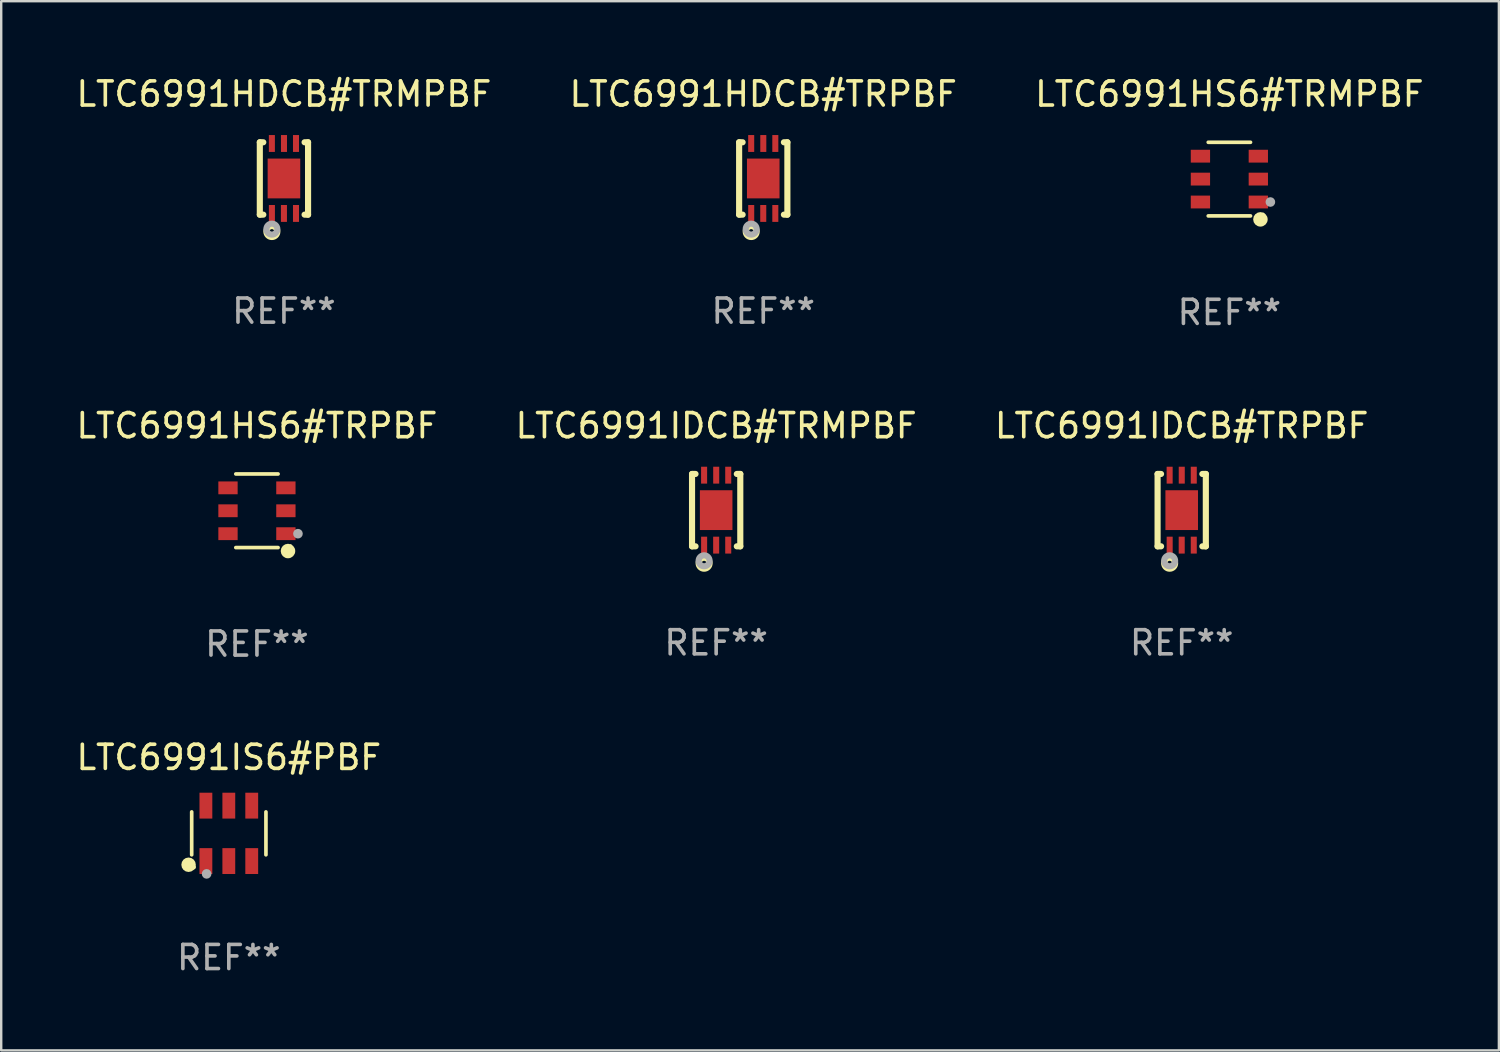
<source format=kicad_pcb>
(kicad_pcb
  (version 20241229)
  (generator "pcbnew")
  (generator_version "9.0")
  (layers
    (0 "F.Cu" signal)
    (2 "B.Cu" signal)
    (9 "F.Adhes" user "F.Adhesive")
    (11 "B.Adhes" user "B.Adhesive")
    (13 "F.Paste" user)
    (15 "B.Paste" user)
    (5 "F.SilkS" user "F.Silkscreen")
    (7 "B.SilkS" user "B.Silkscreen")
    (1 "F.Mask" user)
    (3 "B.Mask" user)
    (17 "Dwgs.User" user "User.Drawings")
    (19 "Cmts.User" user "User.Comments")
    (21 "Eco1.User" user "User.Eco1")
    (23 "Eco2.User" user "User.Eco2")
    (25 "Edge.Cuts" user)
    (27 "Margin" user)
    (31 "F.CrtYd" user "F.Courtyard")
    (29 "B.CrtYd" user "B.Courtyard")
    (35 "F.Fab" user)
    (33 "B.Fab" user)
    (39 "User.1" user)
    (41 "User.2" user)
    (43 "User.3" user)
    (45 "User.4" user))
  (footprint "LTC6991IDCB#TRMPBF"
    (layer "F.Cu")
    (at 26.637 18.097)
    (property "Reference" "LTC6991IDCB#TRMPBF" (at 0 -3.5 0) (layer "F.SilkS") (effects (font (size 1 1) (thickness 0.15))))
    (attr through_hole)
    (fp_line (start -1 1.5) (end -1 -1.5) (stroke (width 0.254) (type solid)) (layer "F.SilkS"))
    (fp_line (start -0.856 -1.5) (end -1 -1.5) (stroke (width 0.254) (type solid)) (layer "F.SilkS"))
    (fp_line (start -0.855 1.5) (end -1 1.5) (stroke (width 0.254) (type solid)) (layer "F.SilkS"))
    (fp_line (start 1 -1.5) (end 0.856 -1.5) (stroke (width 0.254) (type solid)) (layer "F.SilkS"))
    (fp_line (start 1 1.5) (end 0.856 1.5) (stroke (width 0.254) (type solid)) (layer "F.SilkS"))
    (fp_line (start 1 1.5) (end 1 -1.5) (stroke (width 0.254) (type solid)) (layer "F.SilkS"))
    (fp_circle (center -1 1.5) (end -0.97 1.5) (stroke (width 0.06) (type solid)) (fill no) (layer "F.SilkS"))
    (fp_circle (center -0.5 2.2) (end -0.4 2.2) (stroke (width 0.254) (type solid)) (fill no) (layer "F.SilkS"))
    (fp_circle (center -0.5 2.1) (end -0.4 2.1) (stroke (width 0.254) (type solid)) (fill no) (layer "F.Fab"))
    (fp_text user "REF**" (at 0 5.5 0) (layer "F.Fab") (effects (font (size 1 1) (thickness 0.15))))
    (pad "1" smd rect (at -0.499 1.45 180) (size 0.25 0.7) (layers "F.Cu" "F.Mask" "F.Paste"))
    (pad "2" smd rect (at 0.000025 1.45 180) (size 0.25 0.7) (layers "F.Cu" "F.Mask" "F.Paste"))
    (pad "3" smd rect (at 0.5 1.45 180) (size 0.25 0.7) (layers "F.Cu" "F.Mask" "F.Paste"))
    (pad "4" smd rect (at 0.5 -1.45 180) (size 0.25 0.7) (layers "F.Cu" "F.Mask" "F.Paste"))
    (pad "5" smd rect (at 0.002 -1.45 180) (size 0.25 0.7) (layers "F.Cu" "F.Mask" "F.Paste"))
    (pad "6" smd rect (at -0.5 -1.45 180) (size 0.25 0.7) (layers "F.Cu" "F.Mask" "F.Paste"))
    (pad "7" smd rect (at 0.000025 0.000038 180) (size 1.35 1.65) (layers "F.Cu" "F.Mask" "F.Paste")))
  (footprint "LTC6991HDCB#TRMPBF"
    (layer "F.Cu")
    (at 8.72 4.348)
    (property "Reference" "LTC6991HDCB#TRMPBF" (at 0 -3.5 0) (layer "F.SilkS") (effects (font (size 1 1) (thickness 0.15))))
    (attr through_hole)
    (fp_line (start -1 1.5) (end -1 -1.5) (stroke (width 0.254) (type solid)) (layer "F.SilkS"))
    (fp_line (start -0.856 -1.5) (end -1 -1.5) (stroke (width 0.254) (type solid)) (layer "F.SilkS"))
    (fp_line (start -0.855 1.5) (end -1 1.5) (stroke (width 0.254) (type solid)) (layer "F.SilkS"))
    (fp_line (start 1 -1.5) (end 0.856 -1.5) (stroke (width 0.254) (type solid)) (layer "F.SilkS"))
    (fp_line (start 1 1.5) (end 0.856 1.5) (stroke (width 0.254) (type solid)) (layer "F.SilkS"))
    (fp_line (start 1 1.5) (end 1 -1.5) (stroke (width 0.254) (type solid)) (layer "F.SilkS"))
    (fp_circle (center -1 1.5) (end -0.97 1.5) (stroke (width 0.06) (type solid)) (fill no) (layer "F.SilkS"))
    (fp_circle (center -0.5 2.2) (end -0.4 2.2) (stroke (width 0.254) (type solid)) (fill no) (layer "F.SilkS"))
    (fp_circle (center -0.5 2.1) (end -0.4 2.1) (stroke (width 0.254) (type solid)) (fill no) (layer "F.Fab"))
    (fp_text user "REF**" (at 0 5.5 0) (layer "F.Fab") (effects (font (size 1 1) (thickness 0.15))))
    (pad "1" smd rect (at -0.499 1.45 180) (size 0.25 0.7) (layers "F.Cu" "F.Mask" "F.Paste"))
    (pad "2" smd rect (at 0.000025 1.45 180) (size 0.25 0.7) (layers "F.Cu" "F.Mask" "F.Paste"))
    (pad "3" smd rect (at 0.5 1.45 180) (size 0.25 0.7) (layers "F.Cu" "F.Mask" "F.Paste"))
    (pad "4" smd rect (at 0.5 -1.45 180) (size 0.25 0.7) (layers "F.Cu" "F.Mask" "F.Paste"))
    (pad "5" smd rect (at 0.002 -1.45 180) (size 0.25 0.7) (layers "F.Cu" "F.Mask" "F.Paste"))
    (pad "6" smd rect (at -0.5 -1.45 180) (size 0.25 0.7) (layers "F.Cu" "F.Mask" "F.Paste"))
    (pad "7" smd rect (at 0.000025 0.000038 180) (size 1.35 1.65) (layers "F.Cu" "F.Mask" "F.Paste")))
  (footprint "LTC6991HS6#TRMPBF"
    (layer "F.Cu")
    (at 47.911 4.374)
    (property "Reference" "LTC6991HS6#TRMPBF" (at 0 -3.526 0) (layer "F.SilkS") (effects (font (size 1 1) (thickness 0.15))))
    (attr through_hole)
    (fp_line (start 0.876 -1.526) (end -0.876 -1.526) (stroke (width 0.152) (type solid)) (layer "F.SilkS"))
    (fp_line (start 0.876 1.526) (end -0.876 1.526) (stroke (width 0.152) (type solid)) (layer "F.SilkS"))
    (fp_circle (center 1.287 1.669) (end 1.438 1.669) (stroke (width 0.3) (type solid)) (fill no) (layer "F.SilkS"))
    (fp_circle (center 1.4 1.45) (end 1.43 1.45) (stroke (width 0.06) (type solid)) (fill no) (layer "F.SilkS"))
    (fp_circle (center 1.7 0.95) (end 1.8 0.95) (stroke (width 0.2) (type solid)) (fill no) (layer "F.Fab"))
    (fp_text user "REF**" (at 0 5.526 0) (layer "F.Fab") (effects (font (size 1 1) (thickness 0.15))))
    (pad "1" smd rect (at 1.2 0.95) (size 0.8 0.532) (layers "F.Cu" "F.Mask" "F.Paste"))
    (pad "2" smd rect (at 1.2 0) (size 0.8 0.532) (layers "F.Cu" "F.Mask" "F.Paste"))
    (pad "3" smd rect (at 1.2 -0.95) (size 0.8 0.532) (layers "F.Cu" "F.Mask" "F.Paste"))
    (pad "4" smd rect (at -1.2 -0.95) (size 0.8 0.532) (layers "F.Cu" "F.Mask" "F.Paste"))
    (pad "5" smd rect (at -1.2 0) (size 0.8 0.532) (layers "F.Cu" "F.Mask" "F.Paste"))
    (pad "6" smd rect (at -1.2 0.95) (size 0.8 0.532) (layers "F.Cu" "F.Mask" "F.Paste")))
  (footprint "LTC6991IDCB#TRPBF"
    (layer "F.Cu")
    (at 45.935 18.097)
    (property "Reference" "LTC6991IDCB#TRPBF" (at 0 -3.5 0) (layer "F.SilkS") (effects (font (size 1 1) (thickness 0.15))))
    (attr through_hole)
    (fp_line (start -1 1.5) (end -1 -1.5) (stroke (width 0.254) (type solid)) (layer "F.SilkS"))
    (fp_line (start -0.856 -1.5) (end -1 -1.5) (stroke (width 0.254) (type solid)) (layer "F.SilkS"))
    (fp_line (start -0.855 1.5) (end -1 1.5) (stroke (width 0.254) (type solid)) (layer "F.SilkS"))
    (fp_line (start 1 -1.5) (end 0.856 -1.5) (stroke (width 0.254) (type solid)) (layer "F.SilkS"))
    (fp_line (start 1 1.5) (end 0.856 1.5) (stroke (width 0.254) (type solid)) (layer "F.SilkS"))
    (fp_line (start 1 1.5) (end 1 -1.5) (stroke (width 0.254) (type solid)) (layer "F.SilkS"))
    (fp_circle (center -1 1.5) (end -0.97 1.5) (stroke (width 0.06) (type solid)) (fill no) (layer "F.SilkS"))
    (fp_circle (center -0.5 2.2) (end -0.4 2.2) (stroke (width 0.254) (type solid)) (fill no) (layer "F.SilkS"))
    (fp_circle (center -0.5 2.1) (end -0.4 2.1) (stroke (width 0.254) (type solid)) (fill no) (layer "F.Fab"))
    (fp_text user "REF**" (at 0 5.5 0) (layer "F.Fab") (effects (font (size 1 1) (thickness 0.15))))
    (pad "1" smd rect (at -0.499 1.45 180) (size 0.25 0.7) (layers "F.Cu" "F.Mask" "F.Paste"))
    (pad "2" smd rect (at 0.000025 1.45 180) (size 0.25 0.7) (layers "F.Cu" "F.Mask" "F.Paste"))
    (pad "3" smd rect (at 0.5 1.45 180) (size 0.25 0.7) (layers "F.Cu" "F.Mask" "F.Paste"))
    (pad "4" smd rect (at 0.5 -1.45 180) (size 0.25 0.7) (layers "F.Cu" "F.Mask" "F.Paste"))
    (pad "5" smd rect (at 0.002 -1.45 180) (size 0.25 0.7) (layers "F.Cu" "F.Mask" "F.Paste"))
    (pad "6" smd rect (at -0.5 -1.45 180) (size 0.25 0.7) (layers "F.Cu" "F.Mask" "F.Paste"))
    (pad "7" smd rect (at 0.000025 0.000038 180) (size 1.35 1.65) (layers "F.Cu" "F.Mask" "F.Paste")))
  (footprint "LTC6991HDCB#TRPBF"
    (layer "F.Cu")
    (at 28.589 4.348)
    (property "Reference" "LTC6991HDCB#TRPBF" (at 0 -3.5 0) (layer "F.SilkS") (effects (font (size 1 1) (thickness 0.15))))
    (attr through_hole)
    (fp_line (start -1 1.5) (end -1 -1.5) (stroke (width 0.254) (type solid)) (layer "F.SilkS"))
    (fp_line (start -0.856 -1.5) (end -1 -1.5) (stroke (width 0.254) (type solid)) (layer "F.SilkS"))
    (fp_line (start -0.855 1.5) (end -1 1.5) (stroke (width 0.254) (type solid)) (layer "F.SilkS"))
    (fp_line (start 1 -1.5) (end 0.856 -1.5) (stroke (width 0.254) (type solid)) (layer "F.SilkS"))
    (fp_line (start 1 1.5) (end 0.856 1.5) (stroke (width 0.254) (type solid)) (layer "F.SilkS"))
    (fp_line (start 1 1.5) (end 1 -1.5) (stroke (width 0.254) (type solid)) (layer "F.SilkS"))
    (fp_circle (center -1 1.5) (end -0.97 1.5) (stroke (width 0.06) (type solid)) (fill no) (layer "F.SilkS"))
    (fp_circle (center -0.5 2.2) (end -0.4 2.2) (stroke (width 0.254) (type solid)) (fill no) (layer "F.SilkS"))
    (fp_circle (center -0.5 2.1) (end -0.4 2.1) (stroke (width 0.254) (type solid)) (fill no) (layer "F.Fab"))
    (fp_text user "REF**" (at 0 5.5 0) (layer "F.Fab") (effects (font (size 1 1) (thickness 0.15))))
    (pad "1" smd rect (at -0.499 1.45 180) (size 0.25 0.7) (layers "F.Cu" "F.Mask" "F.Paste"))
    (pad "2" smd rect (at 0.000025 1.45 180) (size 0.25 0.7) (layers "F.Cu" "F.Mask" "F.Paste"))
    (pad "3" smd rect (at 0.5 1.45 180) (size 0.25 0.7) (layers "F.Cu" "F.Mask" "F.Paste"))
    (pad "4" smd rect (at 0.5 -1.45 180) (size 0.25 0.7) (layers "F.Cu" "F.Mask" "F.Paste"))
    (pad "5" smd rect (at 0.002 -1.45 180) (size 0.25 0.7) (layers "F.Cu" "F.Mask" "F.Paste"))
    (pad "6" smd rect (at -0.5 -1.45 180) (size 0.25 0.7) (layers "F.Cu" "F.Mask" "F.Paste"))
    (pad "7" smd rect (at 0.000025 0.000038 180) (size 1.35 1.65) (layers "F.Cu" "F.Mask" "F.Paste")))
  (footprint "LTC6991IS6#PBF"
    (layer "F.Cu")
    (at 6.435 31.495)
    (property "Reference" "LTC6991IS6#PBF" (at 0 -3.149 0) (layer "F.SilkS") (effects (font (size 1 1) (thickness 0.15))))
    (attr through_hole)
    (fp_line (start -1.539 0.889) (end -1.539 -0.889) (stroke (width 0.152) (type solid)) (layer "F.SilkS"))
    (fp_line (start 1.539 0.889) (end 1.539 -0.889) (stroke (width 0.152) (type solid)) (layer "F.SilkS"))
    (fp_circle (center -1.668 1.301) (end -1.518 1.301) (stroke (width 0.3) (type solid)) (fill no) (layer "F.SilkS"))
    (fp_circle (center -1.463 1.4) (end -1.413 1.4) (stroke (width 0.1) (type solid)) (fill no) (layer "F.SilkS"))
    (fp_circle (center -0.92 1.68) (end -0.82 1.68) (stroke (width 0.2) (type solid)) (fill no) (layer "F.Fab"))
    (fp_text user "REF**" (at 0 5.149 0) (layer "F.Fab") (effects (font (size 1 1) (thickness 0.15))))
    (pad "1" smd rect (at -0.95 1.149) (size 0.532 1.072) (layers "F.Cu" "F.Mask" "F.Paste"))
    (pad "2" smd rect (at 0 1.149) (size 0.532 1.072) (layers "F.Cu" "F.Mask" "F.Paste"))
    (pad "3" smd rect (at 0.95 1.149) (size 0.532 1.072) (layers "F.Cu" "F.Mask" "F.Paste"))
    (pad "4" smd rect (at 0.95 -1.149) (size 0.532 1.072) (layers "F.Cu" "F.Mask" "F.Paste"))
    (pad "5" smd rect (at 0 -1.149) (size 0.532 1.072) (layers "F.Cu" "F.Mask" "F.Paste"))
    (pad "6" smd rect (at -0.95 -1.149) (size 0.532 1.072) (layers "F.Cu" "F.Mask" "F.Paste")))
  (footprint "LTC6991HS6#TRPBF"
    (layer "F.Cu")
    (at 7.601 18.123)
    (property "Reference" "LTC6991HS6#TRPBF" (at 0 -3.526 0) (layer "F.SilkS") (effects (font (size 1 1) (thickness 0.15))))
    (attr through_hole)
    (fp_line (start 0.876 -1.526) (end -0.876 -1.526) (stroke (width 0.152) (type solid)) (layer "F.SilkS"))
    (fp_line (start 0.876 1.526) (end -0.876 1.526) (stroke (width 0.152) (type solid)) (layer "F.SilkS"))
    (fp_circle (center 1.287 1.669) (end 1.438 1.669) (stroke (width 0.3) (type solid)) (fill no) (layer "F.SilkS"))
    (fp_circle (center 1.4 1.45) (end 1.43 1.45) (stroke (width 0.06) (type solid)) (fill no) (layer "F.SilkS"))
    (fp_circle (center 1.7 0.95) (end 1.8 0.95) (stroke (width 0.2) (type solid)) (fill no) (layer "F.Fab"))
    (fp_text user "REF**" (at 0 5.526 0) (layer "F.Fab") (effects (font (size 1 1) (thickness 0.15))))
    (pad "1" smd rect (at 1.2 0.95) (size 0.8 0.532) (layers "F.Cu" "F.Mask" "F.Paste"))
    (pad "2" smd rect (at 1.2 0) (size 0.8 0.532) (layers "F.Cu" "F.Mask" "F.Paste"))
    (pad "3" smd rect (at 1.2 -0.95) (size 0.8 0.532) (layers "F.Cu" "F.Mask" "F.Paste"))
    (pad "4" smd rect (at -1.2 -0.95) (size 0.8 0.532) (layers "F.Cu" "F.Mask" "F.Paste"))
    (pad "5" smd rect (at -1.2 0) (size 0.8 0.532) (layers "F.Cu" "F.Mask" "F.Paste"))
    (pad "6" smd rect (at -1.2 0.95) (size 0.8 0.532) (layers "F.Cu" "F.Mask" "F.Paste")))
  (gr_rect
    (start -3 -3)
    (end 59.083 40.493)
    (stroke (width 0.1) (type default))
    (fill no)
    (layer "Edge.Cuts")))
</source>
